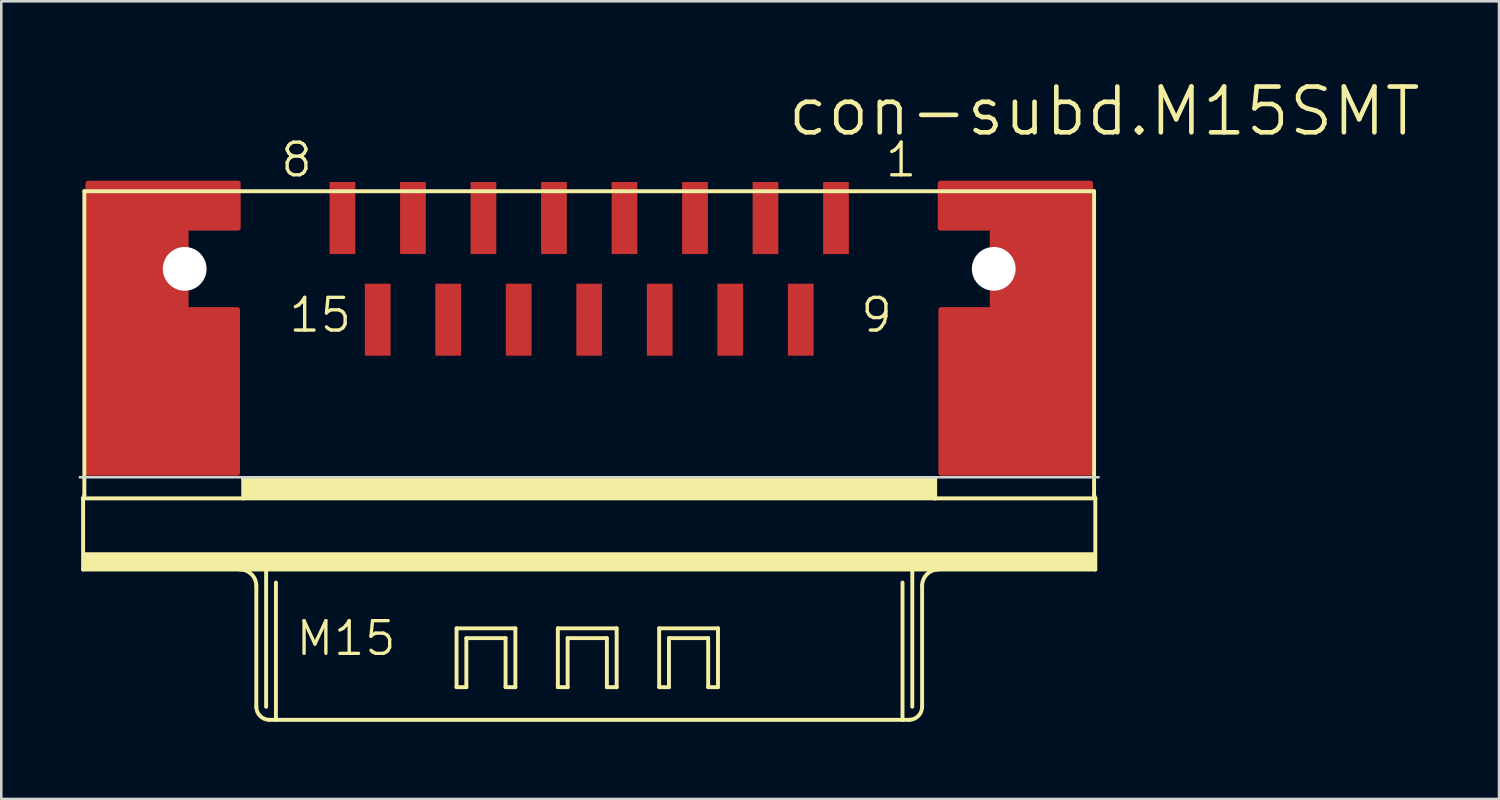
<source format=kicad_pcb>
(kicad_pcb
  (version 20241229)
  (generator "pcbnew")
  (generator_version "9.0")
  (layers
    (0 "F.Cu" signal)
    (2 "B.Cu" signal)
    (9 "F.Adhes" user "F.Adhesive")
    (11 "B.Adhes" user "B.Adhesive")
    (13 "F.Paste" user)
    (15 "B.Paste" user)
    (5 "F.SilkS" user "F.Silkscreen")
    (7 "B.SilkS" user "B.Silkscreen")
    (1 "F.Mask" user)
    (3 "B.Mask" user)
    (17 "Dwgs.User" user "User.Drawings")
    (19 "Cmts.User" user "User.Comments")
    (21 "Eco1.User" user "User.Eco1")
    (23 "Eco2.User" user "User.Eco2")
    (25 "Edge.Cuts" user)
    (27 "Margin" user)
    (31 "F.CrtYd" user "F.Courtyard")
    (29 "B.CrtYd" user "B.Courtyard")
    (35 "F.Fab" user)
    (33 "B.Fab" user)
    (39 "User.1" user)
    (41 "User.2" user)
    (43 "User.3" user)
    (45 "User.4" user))
  (footprint "con-subd.M15SMT"
    (layer "F.Cu")
    (at 19.848 7.398)
    (property "Reference" "con-subd.M15SMT" (at 7.62 -5.08 0) (layer "F.SilkS") (effects (font (size 1.778 1.778) (thickness 0.18)) (justify left bottom)))
    (attr smd)
    (fp_poly (pts (xy -19.477 7.938) (xy -13.67 7.938) (xy -13.67 1.587) (xy -15.668 1.587) (xy -15.668 -1.587) (xy -13.645 -1.587) (xy -13.645 -3.325) (xy -19.477 -3.325)) (stroke (width 0.2) (type default)) (fill yes) (layer "F.Cu"))
    (fp_poly (pts (xy 19.477 7.938) (xy 13.67 7.938) (xy 13.67 1.587) (xy 15.668 1.587) (xy 15.668 -1.587) (xy 13.645 -1.587) (xy 13.645 -3.325) (xy 19.477 -3.325)) (stroke (width 0.2) (type default)) (fill yes) (layer "F.Cu"))
    (fp_line (start -19.668 8.92) (end -19.62 8.793) (stroke (width 0.152) (type default)) (layer "F.SilkS"))
    (fp_line (start -19.668 11.684) (end -19.668 8.92) (stroke (width 0.152) (type default)) (layer "F.SilkS"))
    (fp_line (start -19.62 -3.016) (end -19.62 8.793) (stroke (width 0.152) (type default)) (layer "F.SilkS"))
    (fp_line (start -13.445 8.92) (end -19.668 8.92) (stroke (width 0.152) (type default)) (layer "F.SilkS"))
    (fp_line (start -13.445 8.92) (end -13.445 8.158) (stroke (width 0.152) (type default)) (layer "F.SilkS"))
    (fp_line (start -12.937 12.319) (end -12.937 17.018) (stroke (width 0.152) (type default)) (layer "F.SilkS"))
    (fp_line (start -12.556 11.684) (end -19.668 11.684) (stroke (width 0.152) (type default)) (layer "F.SilkS"))
    (fp_line (start -12.556 11.684) (end -12.556 17.018) (stroke (width 0.152) (type default)) (layer "F.SilkS"))
    (fp_line (start -12.175 12.192) (end -12.175 17.526) (stroke (width 0.152) (type default)) (layer "F.SilkS"))
    (fp_line (start -12.175 17.526) (end -12.429 17.526) (stroke (width 0.152) (type default)) (layer "F.SilkS"))
    (fp_line (start -5.156 13.97) (end -2.87 13.97) (stroke (width 0.152) (type default)) (layer "F.SilkS"))
    (fp_line (start -5.156 16.256) (end -5.156 13.97) (stroke (width 0.152) (type default)) (layer "F.SilkS"))
    (fp_line (start -4.775 14.351) (end -4.775 16.256) (stroke (width 0.152) (type default)) (layer "F.SilkS"))
    (fp_line (start -4.775 16.256) (end -5.156 16.256) (stroke (width 0.152) (type default)) (layer "F.SilkS"))
    (fp_line (start -3.251 14.351) (end -4.775 14.351) (stroke (width 0.152) (type default)) (layer "F.SilkS"))
    (fp_line (start -3.251 16.256) (end -3.251 14.351) (stroke (width 0.152) (type default)) (layer "F.SilkS"))
    (fp_line (start -2.87 13.97) (end -2.87 16.256) (stroke (width 0.152) (type default)) (layer "F.SilkS"))
    (fp_line (start -2.87 16.256) (end -3.251 16.256) (stroke (width 0.152) (type default)) (layer "F.SilkS"))
    (fp_line (start -1.219 13.97) (end 1.067 13.97) (stroke (width 0.152) (type default)) (layer "F.SilkS"))
    (fp_line (start -1.219 16.256) (end -1.219 13.97) (stroke (width 0.152) (type default)) (layer "F.SilkS"))
    (fp_line (start -0.838 14.351) (end -0.838 16.256) (stroke (width 0.152) (type default)) (layer "F.SilkS"))
    (fp_line (start -0.838 16.256) (end -1.219 16.256) (stroke (width 0.152) (type default)) (layer "F.SilkS"))
    (fp_line (start 0.686 14.351) (end -0.838 14.351) (stroke (width 0.152) (type default)) (layer "F.SilkS"))
    (fp_line (start 0.686 16.256) (end 0.686 14.351) (stroke (width 0.152) (type default)) (layer "F.SilkS"))
    (fp_line (start 1.067 13.97) (end 1.067 16.256) (stroke (width 0.152) (type default)) (layer "F.SilkS"))
    (fp_line (start 1.067 16.256) (end 0.686 16.256) (stroke (width 0.152) (type default)) (layer "F.SilkS"))
    (fp_line (start 2.718 13.97) (end 5.004 13.97) (stroke (width 0.152) (type default)) (layer "F.SilkS"))
    (fp_line (start 2.718 16.256) (end 2.718 13.97) (stroke (width 0.152) (type default)) (layer "F.SilkS"))
    (fp_line (start 3.099 14.351) (end 3.099 16.256) (stroke (width 0.152) (type default)) (layer "F.SilkS"))
    (fp_line (start 3.099 16.256) (end 2.718 16.256) (stroke (width 0.152) (type default)) (layer "F.SilkS"))
    (fp_line (start 4.623 14.351) (end 3.099 14.351) (stroke (width 0.152) (type default)) (layer "F.SilkS"))
    (fp_line (start 4.623 16.256) (end 4.623 14.351) (stroke (width 0.152) (type default)) (layer "F.SilkS"))
    (fp_line (start 5.004 13.97) (end 5.004 16.256) (stroke (width 0.152) (type default)) (layer "F.SilkS"))
    (fp_line (start 5.004 16.256) (end 4.623 16.256) (stroke (width 0.152) (type default)) (layer "F.SilkS"))
    (fp_line (start 12.175 12.192) (end 12.175 17.526) (stroke (width 0.152) (type default)) (layer "F.SilkS"))
    (fp_line (start 12.175 17.526) (end -12.175 17.526) (stroke (width 0.152) (type default)) (layer "F.SilkS"))
    (fp_line (start 12.429 17.526) (end 12.175 17.526) (stroke (width 0.152) (type default)) (layer "F.SilkS"))
    (fp_line (start 12.556 11.684) (end -12.556 11.684) (stroke (width 0.152) (type default)) (layer "F.SilkS"))
    (fp_line (start 12.556 11.684) (end 12.556 17.018) (stroke (width 0.152) (type default)) (layer "F.SilkS"))
    (fp_line (start 12.937 12.319) (end 12.937 17.018) (stroke (width 0.152) (type default)) (layer "F.SilkS"))
    (fp_line (start 13.445 8.158) (end -13.445 8.158) (stroke (width 0.152) (type default)) (layer "F.SilkS"))
    (fp_line (start 13.445 8.92) (end -13.445 8.92) (stroke (width 0.152) (type default)) (layer "F.SilkS"))
    (fp_line (start 13.445 8.92) (end 13.445 8.158) (stroke (width 0.152) (type default)) (layer "F.SilkS"))
    (fp_line (start 19.62 -3.016) (end -19.62 -3.016) (stroke (width 0.152) (type default)) (layer "F.SilkS"))
    (fp_line (start 19.62 -3.016) (end 19.62 8.793) (stroke (width 0.152) (type default)) (layer "F.SilkS"))
    (fp_line (start 19.668 8.92) (end 13.445 8.92) (stroke (width 0.152) (type default)) (layer "F.SilkS"))
    (fp_line (start 19.668 8.92) (end 19.62 8.793) (stroke (width 0.152) (type default)) (layer "F.SilkS"))
    (fp_line (start 19.668 8.92) (end 19.668 11.684) (stroke (width 0.152) (type default)) (layer "F.SilkS"))
    (fp_line (start 19.668 11.684) (end 12.556 11.684) (stroke (width 0.152) (type default)) (layer "F.SilkS"))
    (fp_rect (start -19.65 11.684) (end 19.675 11.04) (stroke (width 0.05) (type default)) (fill yes) (layer "F.SilkS"))
    (fp_rect (start -13.45 8.92) (end 13.425 8.158) (stroke (width 0.05) (type default)) (fill yes) (layer "F.SilkS"))
    (fp_arc (start -13.572 11.684) (mid -13.122987 11.869987) (end -12.937 12.319) (stroke (width 0.1524) (type default)) (layer "F.SilkS"))
    (fp_arc (start -12.429 17.526) (mid -12.78821 17.37721) (end -12.937 17.018) (stroke (width 0.1524) (type default)) (layer "F.SilkS"))
    (fp_arc (start 12.937 12.319) (mid 13.122987 11.869987) (end 13.572 11.684) (stroke (width 0.1524) (type default)) (layer "F.SilkS"))
    (fp_arc (start 12.937 17.018) (mid 12.78821 17.37721) (end 12.429 17.526) (stroke (width 0.1524) (type default)) (layer "F.SilkS"))
    (fp_line (start -19.797 8.1) (end 19.797 8.1) (stroke (width 0.1) (type default)) (layer "Edge.Cuts"))
    (fp_text user "8" (at -12.065 -3.493 0) (layer "F.SilkS") (effects (font (size 1.27 1.27) (thickness 0.13)) (justify left bottom)))
    (fp_text user "9" (at 10.477 2.54 0) (layer "F.SilkS") (effects (font (size 1.27 1.27) (thickness 0.13)) (justify left bottom)))
    (fp_text user "M15" (at -11.469 15.104 0) (layer "F.SilkS") (effects (font (size 1.27 1.27) (thickness 0.13)) (justify left bottom)))
    (fp_text user "1" (at 11.43 -3.493 0) (layer "F.SilkS") (effects (font (size 1.27 1.27) (thickness 0.13)) (justify left bottom)))
    (fp_text user "15" (at -11.748 2.54 0) (layer "F.SilkS") (effects (font (size 1.27 1.27) (thickness 0.13)) (justify left bottom)))
    (pad "" np_thru_hole circle (at -15.72 0) (size 1.7 1.7) (drill 1.7) (layers "*.Cu" "*.Mask"))
    (pad "" np_thru_hole circle (at 15.72 0) (size 1.7 1.7) (drill 1.7) (layers "*.Cu" "*.Mask"))
    (pad "1" smd roundrect (at 9.59 -1.975) (size 1 2.8) (layers "F.Cu" "F.Mask" "F.Paste") (roundrect_rratio 0.01))
    (pad "2" smd roundrect (at 6.85 -1.975) (size 1 2.8) (layers "F.Cu" "F.Mask" "F.Paste") (roundrect_rratio 0.01))
    (pad "3" smd roundrect (at 4.11 -1.975) (size 1 2.8) (layers "F.Cu" "F.Mask" "F.Paste") (roundrect_rratio 0.01))
    (pad "4" smd roundrect (at 1.37 -1.975) (size 1 2.8) (layers "F.Cu" "F.Mask" "F.Paste") (roundrect_rratio 0.01))
    (pad "5" smd roundrect (at -1.37 -1.975) (size 1 2.8) (layers "F.Cu" "F.Mask" "F.Paste") (roundrect_rratio 0.01))
    (pad "6" smd roundrect (at -4.11 -1.975) (size 1 2.8) (layers "F.Cu" "F.Mask" "F.Paste") (roundrect_rratio 0.01))
    (pad "7" smd roundrect (at -6.85 -1.975) (size 1 2.8) (layers "F.Cu" "F.Mask" "F.Paste") (roundrect_rratio 0.01))
    (pad "8" smd roundrect (at -9.59 -1.975) (size 1 2.8) (layers "F.Cu" "F.Mask" "F.Paste") (roundrect_rratio 0.01))
    (pad "9" smd roundrect (at 8.22 1.975) (size 1 2.8) (layers "F.Cu" "F.Mask" "F.Paste") (roundrect_rratio 0.01))
    (pad "10" smd roundrect (at 5.48 1.975) (size 1 2.8) (layers "F.Cu" "F.Mask" "F.Paste") (roundrect_rratio 0.01))
    (pad "11" smd roundrect (at 2.74 1.975) (size 1 2.8) (layers "F.Cu" "F.Mask" "F.Paste") (roundrect_rratio 0.01))
    (pad "12" smd roundrect (at 0 1.975) (size 1 2.8) (layers "F.Cu" "F.Mask" "F.Paste") (roundrect_rratio 0.01))
    (pad "13" smd roundrect (at -2.74 1.975) (size 1 2.8) (layers "F.Cu" "F.Mask" "F.Paste") (roundrect_rratio 0.01))
    (pad "14" smd roundrect (at -5.48 1.975) (size 1 2.8) (layers "F.Cu" "F.Mask" "F.Paste") (roundrect_rratio 0.01))
    (pad "15" smd roundrect (at -8.22 1.975) (size 1 2.8) (layers "F.Cu" "F.Mask" "F.Paste") (roundrect_rratio 0.01))
    (pad "S@1" smd roundrect (at 16.595 2.65) (size 1 1) (layers "F.Cu" "F.Mask" "F.Paste") (roundrect_rratio 0.01))
    (pad "S@2" smd roundrect (at -16.595 2.625) (size 1 1) (layers "F.Cu" "F.Mask" "F.Paste") (roundrect_rratio 0.01)))
  (gr_rect
    (start -3 -3)
    (end 55.205 28)
    (stroke (width 0.1) (type default))
    (fill no)
    (layer "Edge.Cuts")))
</source>
